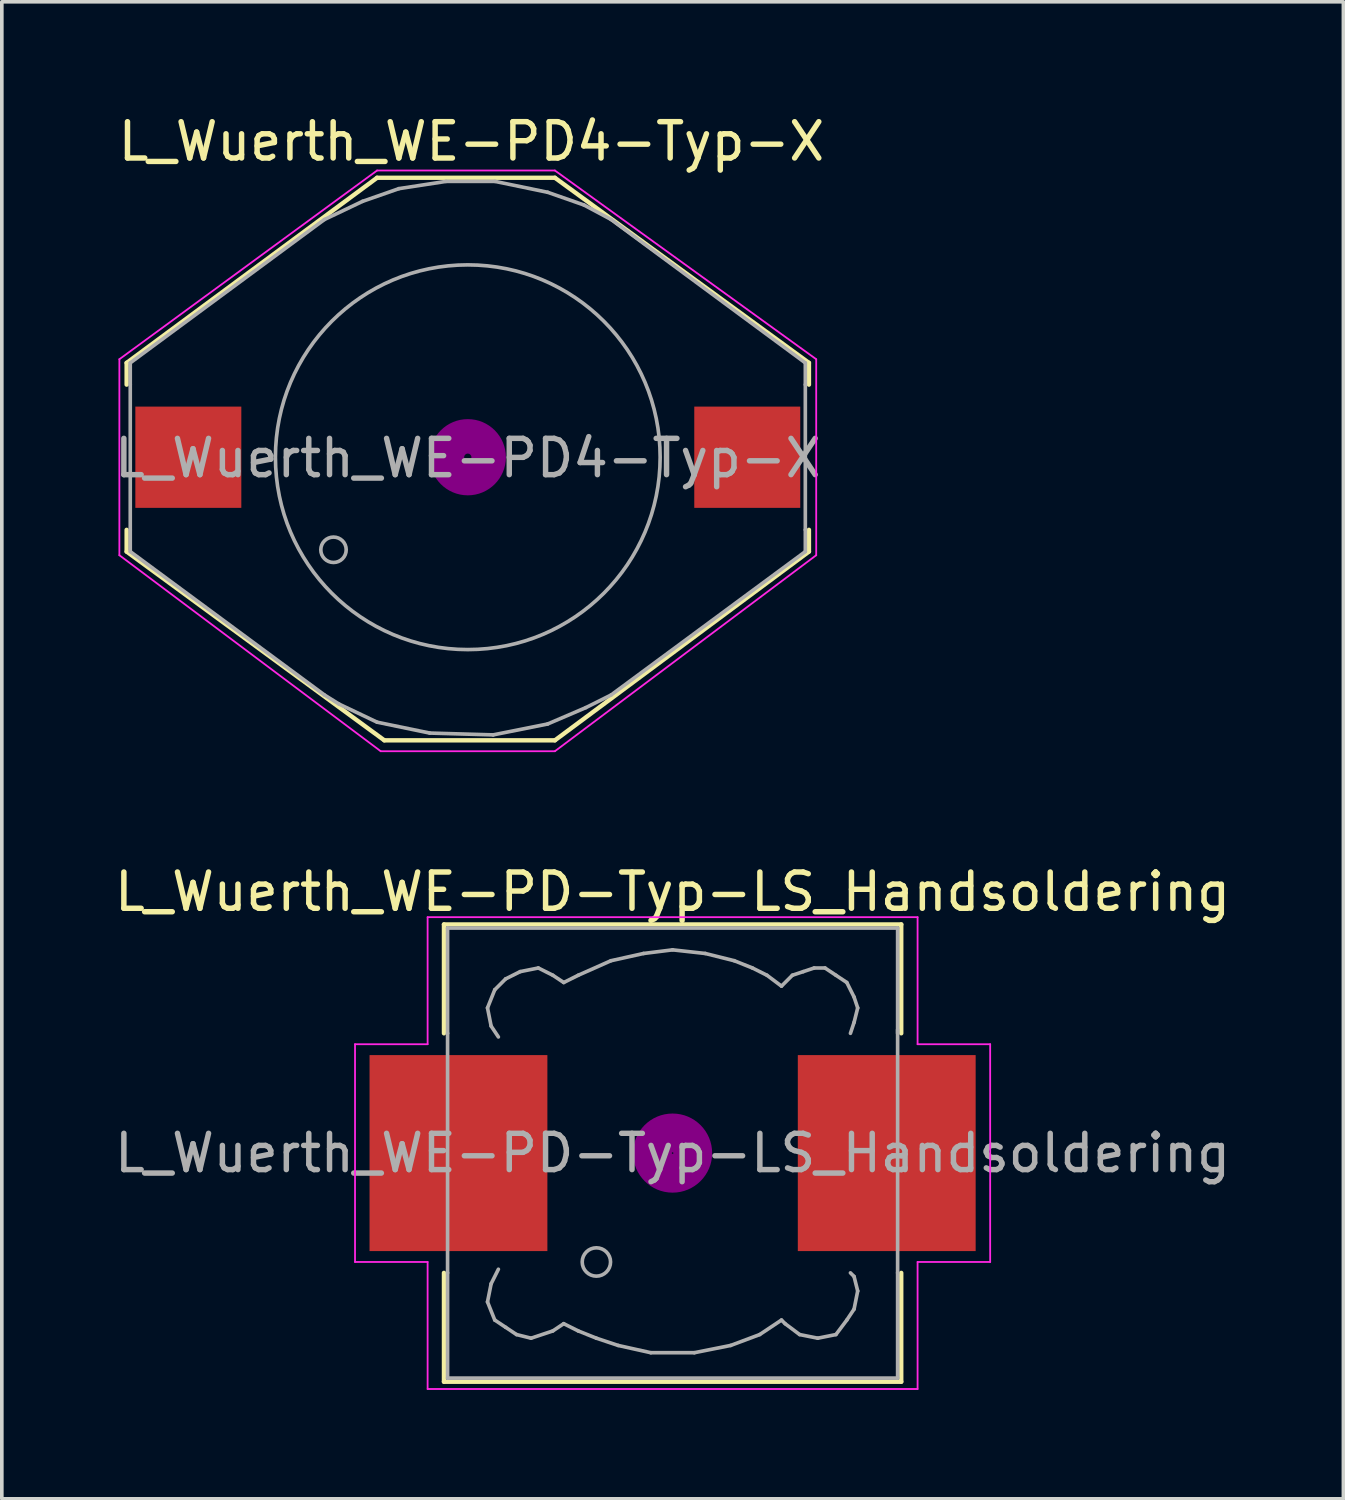
<source format=kicad_pcb>
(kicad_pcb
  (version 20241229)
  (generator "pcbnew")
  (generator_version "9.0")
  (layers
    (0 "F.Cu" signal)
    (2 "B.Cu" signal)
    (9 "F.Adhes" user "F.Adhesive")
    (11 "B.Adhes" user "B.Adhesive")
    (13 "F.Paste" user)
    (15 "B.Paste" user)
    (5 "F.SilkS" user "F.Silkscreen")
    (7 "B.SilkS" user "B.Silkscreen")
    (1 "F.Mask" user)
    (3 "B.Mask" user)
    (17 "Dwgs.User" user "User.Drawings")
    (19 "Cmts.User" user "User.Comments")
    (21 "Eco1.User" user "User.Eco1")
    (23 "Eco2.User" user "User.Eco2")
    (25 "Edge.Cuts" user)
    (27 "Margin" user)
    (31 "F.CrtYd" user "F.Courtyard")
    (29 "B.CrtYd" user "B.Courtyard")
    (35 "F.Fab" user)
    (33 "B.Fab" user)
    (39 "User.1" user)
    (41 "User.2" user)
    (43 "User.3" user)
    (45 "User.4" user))
  (footprint "L_Wuerth_WE-PD4-Typ-X"
    (layer "F.Cu")
    (at 9.839 9.548)
    (property "Reference" "L_Wuerth_WE-PD4-Typ-X" (at 0.1 -8.7 0) (layer "F.SilkS") (effects (font (size 1 1) (thickness 0.15))))
    (attr smd)
    (fp_line (start -9.4 -2.6) (end -2.5 -7.7) (stroke (width 0.12) (type solid)) (layer "F.SilkS"))
    (fp_line (start -9.4 -2) (end -9.4 -2.6) (stroke (width 0.12) (type solid)) (layer "F.SilkS"))
    (fp_line (start -9.4 2.6) (end -9.4 2) (stroke (width 0.12) (type solid)) (layer "F.SilkS"))
    (fp_line (start -9.4 2.6) (end -2.3 7.8) (stroke (width 0.12) (type solid)) (layer "F.SilkS"))
    (fp_line (start -2.5 -7.7) (end 2.4 -7.7) (stroke (width 0.12) (type solid)) (layer "F.SilkS"))
    (fp_line (start -2.3 7.8) (end 2.4 7.8) (stroke (width 0.12) (type solid)) (layer "F.SilkS"))
    (fp_line (start 2.4 -7.7) (end 9.4 -2.6) (stroke (width 0.12) (type solid)) (layer "F.SilkS"))
    (fp_line (start 2.4 7.8) (end 9.4 2.6) (stroke (width 0.12) (type solid)) (layer "F.SilkS"))
    (fp_line (start 9.4 -2) (end 9.4 -2.6) (stroke (width 0.12) (type solid)) (layer "F.SilkS"))
    (fp_line (start 9.4 2.6) (end 9.4 2) (stroke (width 0.12) (type solid)) (layer "F.SilkS"))
    (fp_circle (center 0 0) (end 0.1 0) (stroke (width 0.3) (type solid)) (fill no) (layer "F.Adhes"))
    (fp_circle (center 0 0) (end 0.3 0) (stroke (width 0.3) (type solid)) (fill no) (layer "F.Adhes"))
    (fp_circle (center 0 0) (end 0.5 0) (stroke (width 0.3) (type solid)) (fill no) (layer "F.Adhes"))
    (fp_circle (center 0 0) (end 0.7 0) (stroke (width 0.3) (type solid)) (fill no) (layer "F.Adhes"))
    (fp_circle (center 0 0) (end 0.9 0) (stroke (width 0.3) (type solid)) (fill no) (layer "F.Adhes"))
    (fp_line (start -9.6 -2.7) (end -2.5 -7.9) (stroke (width 0.05) (type solid)) (layer "F.CrtYd"))
    (fp_line (start -9.6 2.7) (end -9.6 -2.7) (stroke (width 0.05) (type solid)) (layer "F.CrtYd"))
    (fp_line (start -2.5 -7.9) (end 2.4 -7.9) (stroke (width 0.05) (type solid)) (layer "F.CrtYd"))
    (fp_line (start -2.4 8.1) (end -9.6 2.7) (stroke (width 0.05) (type solid)) (layer "F.CrtYd"))
    (fp_line (start 2.4 -7.9) (end 9.6 -2.7) (stroke (width 0.05) (type solid)) (layer "F.CrtYd"))
    (fp_line (start 2.4 8.1) (end -2.4 8.1) (stroke (width 0.05) (type solid)) (layer "F.CrtYd"))
    (fp_line (start 9.6 -2.7) (end 9.6 2.7) (stroke (width 0.05) (type solid)) (layer "F.CrtYd"))
    (fp_line (start 9.6 2.7) (end 2.4 8.1) (stroke (width 0.05) (type solid)) (layer "F.CrtYd"))
    (fp_line (start -9.3 -2.6) (end -9.3 -2) (stroke (width 0.1) (type solid)) (layer "F.Fab"))
    (fp_line (start -9.3 -2.6) (end -3.95 -6.55) (stroke (width 0.1) (type solid)) (layer "F.Fab"))
    (fp_line (start -9.3 2) (end -9.3 -2) (stroke (width 0.1) (type solid)) (layer "F.Fab"))
    (fp_line (start -9.3 2) (end -9.3 2.6) (stroke (width 0.1) (type solid)) (layer "F.Fab"))
    (fp_line (start -9.3 2.6) (end -3.95 6.55) (stroke (width 0.1) (type solid)) (layer "F.Fab"))
    (fp_line (start -3.95 -6.55) (end -2.9 -7.05) (stroke (width 0.1) (type solid)) (layer "F.Fab"))
    (fp_line (start -3.55 6.8) (end -3.95 6.55) (stroke (width 0.1) (type solid)) (layer "F.Fab"))
    (fp_line (start -2.9 -7.05) (end -1.9 -7.4) (stroke (width 0.1) (type solid)) (layer "F.Fab"))
    (fp_line (start -2.5 7.3) (end -3.55 6.8) (stroke (width 0.1) (type solid)) (layer "F.Fab"))
    (fp_line (start -1.9 -7.4) (end -0.6 -7.6) (stroke (width 0.1) (type solid)) (layer "F.Fab"))
    (fp_line (start -1.05 7.6) (end -2.5 7.3) (stroke (width 0.1) (type solid)) (layer "F.Fab"))
    (fp_line (start -0.6 -7.6) (end 0.75 -7.6) (stroke (width 0.1) (type solid)) (layer "F.Fab"))
    (fp_line (start 0.7 7.65) (end -1.05 7.6) (stroke (width 0.1) (type solid)) (layer "F.Fab"))
    (fp_line (start 0.75 -7.6) (end 2.2 -7.3) (stroke (width 0.1) (type solid)) (layer "F.Fab"))
    (fp_line (start 2.2 -7.3) (end 3.2 -6.95) (stroke (width 0.1) (type solid)) (layer "F.Fab"))
    (fp_line (start 2.2 7.35) (end 0.7 7.65) (stroke (width 0.1) (type solid)) (layer "F.Fab"))
    (fp_line (start 3.2 -6.95) (end 3.95 -6.55) (stroke (width 0.1) (type solid)) (layer "F.Fab"))
    (fp_line (start 3.25 6.9) (end 2.2 7.35) (stroke (width 0.1) (type solid)) (layer "F.Fab"))
    (fp_line (start 3.95 -6.55) (end 9.3 -2.6) (stroke (width 0.1) (type solid)) (layer "F.Fab"))
    (fp_line (start 3.95 6.55) (end 3.25 6.9) (stroke (width 0.1) (type solid)) (layer "F.Fab"))
    (fp_line (start 9.3 -2) (end 9.3 -2.6) (stroke (width 0.1) (type solid)) (layer "F.Fab"))
    (fp_line (start 9.3 -2) (end 9.3 2) (stroke (width 0.1) (type solid)) (layer "F.Fab"))
    (fp_line (start 9.3 2) (end 9.3 2.6) (stroke (width 0.1) (type solid)) (layer "F.Fab"))
    (fp_line (start 9.3 2.6) (end 3.95 6.55) (stroke (width 0.1) (type solid)) (layer "F.Fab"))
    (fp_circle (center -3.7 2.55) (end -3.7 2.2) (stroke (width 0.1) (type solid)) (fill no) (layer "F.Fab"))
    (fp_circle (center 0 0) (end 0 -5.3) (stroke (width 0.1) (type solid)) (fill no) (layer "F.Fab"))
    (fp_text user "${REFERENCE}" (at 0 0.025 0) (layer "F.Fab") (effects (font (size 1 1) (thickness 0.15))))
    (pad "1" smd rect (at -7.7 0 90) (size 2.79 2.92) (layers "F.Cu" "F.Mask" "F.Paste"))
    (pad "2" smd rect (at 7.7 0 90) (size 2.79 2.92) (layers "F.Cu" "F.Mask" "F.Paste")))
  (footprint "L_Wuerth_WE-PD-Typ-LS_Handsoldering"
    (layer "F.Cu")
    (at 15.482 28.721)
    (property "Reference" "L_Wuerth_WE-PD-Typ-LS_Handsoldering" (at 0 -7.2 0) (layer "F.SilkS") (effects (font (size 1 1) (thickness 0.15))))
    (attr smd)
    (fp_line (start -6.3 -6.3) (end 6.3 -6.3) (stroke (width 0.12) (type solid)) (layer "F.SilkS"))
    (fp_line (start -6.3 -3.3) (end -6.3 -6.3) (stroke (width 0.12) (type solid)) (layer "F.SilkS"))
    (fp_line (start -6.3 6.3) (end -6.3 3.3) (stroke (width 0.12) (type solid)) (layer "F.SilkS"))
    (fp_line (start 6.3 -6.3) (end 6.3 -3.3) (stroke (width 0.12) (type solid)) (layer "F.SilkS"))
    (fp_line (start 6.3 3.3) (end 6.3 6.3) (stroke (width 0.12) (type solid)) (layer "F.SilkS"))
    (fp_line (start 6.3 6.3) (end -6.3 6.3) (stroke (width 0.12) (type solid)) (layer "F.SilkS"))
    (fp_circle (center 0 0) (end 0.15 0.15) (stroke (width 0.38) (type solid)) (fill no) (layer "F.Adhes"))
    (fp_circle (center 0 0) (end 0.55 0) (stroke (width 0.38) (type solid)) (fill no) (layer "F.Adhes"))
    (fp_circle (center 0 0) (end 0.9 0) (stroke (width 0.38) (type solid)) (fill no) (layer "F.Adhes"))
    (fp_line (start -8.75 -3) (end -6.75 -3) (stroke (width 0.05) (type solid)) (layer "F.CrtYd"))
    (fp_line (start -8.75 3) (end -8.75 -3) (stroke (width 0.05) (type solid)) (layer "F.CrtYd"))
    (fp_line (start -6.75 -6.5) (end 6.75 -6.5) (stroke (width 0.05) (type solid)) (layer "F.CrtYd"))
    (fp_line (start -6.75 -3) (end -6.75 -6.5) (stroke (width 0.05) (type solid)) (layer "F.CrtYd"))
    (fp_line (start -6.75 3) (end -8.75 3) (stroke (width 0.05) (type solid)) (layer "F.CrtYd"))
    (fp_line (start -6.75 6.5) (end -6.75 3) (stroke (width 0.05) (type solid)) (layer "F.CrtYd"))
    (fp_line (start 6.75 -6.5) (end 6.75 -3) (stroke (width 0.05) (type solid)) (layer "F.CrtYd"))
    (fp_line (start 6.75 -3) (end 8.75 -3) (stroke (width 0.05) (type solid)) (layer "F.CrtYd"))
    (fp_line (start 6.75 3) (end 6.75 6.5) (stroke (width 0.05) (type solid)) (layer "F.CrtYd"))
    (fp_line (start 6.75 6.5) (end -6.75 6.5) (stroke (width 0.05) (type solid)) (layer "F.CrtYd"))
    (fp_line (start 8.75 -3) (end 8.75 3) (stroke (width 0.05) (type solid)) (layer "F.CrtYd"))
    (fp_line (start 8.75 3) (end 6.75 3) (stroke (width 0.05) (type solid)) (layer "F.CrtYd"))
    (fp_line (start -6.2 -6.2) (end -6.2 -3.3) (stroke (width 0.1) (type solid)) (layer "F.Fab"))
    (fp_line (start -6.2 -3.3) (end -6.2 3.3) (stroke (width 0.1) (type solid)) (layer "F.Fab"))
    (fp_line (start -6.2 3.3) (end -6.2 6.2) (stroke (width 0.1) (type solid)) (layer "F.Fab"))
    (fp_line (start -6.2 6.2) (end 6.2 6.2) (stroke (width 0.1) (type solid)) (layer "F.Fab"))
    (fp_line (start -5.1 -4) (end -5 -3.5) (stroke (width 0.1) (type solid)) (layer "F.Fab"))
    (fp_line (start -5.1 4.1) (end -5 3.6) (stroke (width 0.1) (type solid)) (layer "F.Fab"))
    (fp_line (start -5 -3.5) (end -4.8 -3.2) (stroke (width 0.1) (type solid)) (layer "F.Fab"))
    (fp_line (start -5 3.6) (end -4.8 3.2) (stroke (width 0.1) (type solid)) (layer "F.Fab"))
    (fp_line (start -4.9 -4.5) (end -5.1 -4) (stroke (width 0.1) (type solid)) (layer "F.Fab"))
    (fp_line (start -4.9 4.6) (end -5.1 4.1) (stroke (width 0.1) (type solid)) (layer "F.Fab"))
    (fp_line (start -4.6 -4.8) (end -4.9 -4.5) (stroke (width 0.1) (type solid)) (layer "F.Fab"))
    (fp_line (start -4.6 4.8) (end -4.9 4.6) (stroke (width 0.1) (type solid)) (layer "F.Fab"))
    (fp_line (start -4.3 5) (end -4.6 4.8) (stroke (width 0.1) (type solid)) (layer "F.Fab"))
    (fp_line (start -4.2 -5) (end -4.6 -4.8) (stroke (width 0.1) (type solid)) (layer "F.Fab"))
    (fp_line (start -3.9 5.1) (end -4.3 5) (stroke (width 0.1) (type solid)) (layer "F.Fab"))
    (fp_line (start -3.7 -5.1) (end -4.2 -5) (stroke (width 0.1) (type solid)) (layer "F.Fab"))
    (fp_line (start -3.3 -4.9) (end -3.7 -5.1) (stroke (width 0.1) (type solid)) (layer "F.Fab"))
    (fp_line (start -3.3 4.9) (end -3.9 5.1) (stroke (width 0.1) (type solid)) (layer "F.Fab"))
    (fp_line (start -3 -4.7) (end -3.3 -4.9) (stroke (width 0.1) (type solid)) (layer "F.Fab"))
    (fp_line (start -3 4.7) (end -3.3 4.9) (stroke (width 0.1) (type solid)) (layer "F.Fab"))
    (fp_line (start -2.6 -4.9) (end -3 -4.7) (stroke (width 0.1) (type solid)) (layer "F.Fab"))
    (fp_line (start -2.6 4.9) (end -3 4.7) (stroke (width 0.1) (type solid)) (layer "F.Fab"))
    (fp_line (start -2.1 5.1) (end -2.6 4.9) (stroke (width 0.1) (type solid)) (layer "F.Fab"))
    (fp_line (start -1.7 -5.3) (end -2.6 -4.9) (stroke (width 0.1) (type solid)) (layer "F.Fab"))
    (fp_line (start -1.5 5.3) (end -2.1 5.1) (stroke (width 0.1) (type solid)) (layer "F.Fab"))
    (fp_line (start -0.8 -5.5) (end -1.7 -5.3) (stroke (width 0.1) (type solid)) (layer "F.Fab"))
    (fp_line (start -0.6 5.5) (end -1.5 5.3) (stroke (width 0.1) (type solid)) (layer "F.Fab"))
    (fp_line (start 0 -5.6) (end -0.8 -5.5) (stroke (width 0.1) (type solid)) (layer "F.Fab"))
    (fp_line (start 0.6 5.5) (end -0.6 5.5) (stroke (width 0.1) (type solid)) (layer "F.Fab"))
    (fp_line (start 0.9 -5.5) (end 0 -5.6) (stroke (width 0.1) (type solid)) (layer "F.Fab"))
    (fp_line (start 1.6 5.3) (end 0.6 5.5) (stroke (width 0.1) (type solid)) (layer "F.Fab"))
    (fp_line (start 1.7 -5.3) (end 0.9 -5.5) (stroke (width 0.1) (type solid)) (layer "F.Fab"))
    (fp_line (start 2.2 -5.1) (end 1.7 -5.3) (stroke (width 0.1) (type solid)) (layer "F.Fab"))
    (fp_line (start 2.4 5) (end 1.6 5.3) (stroke (width 0.1) (type solid)) (layer "F.Fab"))
    (fp_line (start 2.6 -4.9) (end 2.2 -5.1) (stroke (width 0.1) (type solid)) (layer "F.Fab"))
    (fp_line (start 3 -4.6) (end 2.6 -4.9) (stroke (width 0.1) (type solid)) (layer "F.Fab"))
    (fp_line (start 3 4.6) (end 2.4 5) (stroke (width 0.1) (type solid)) (layer "F.Fab"))
    (fp_line (start 3.1 4.7) (end 3 4.6) (stroke (width 0.1) (type solid)) (layer "F.Fab"))
    (fp_line (start 3.3 -4.9) (end 3 -4.6) (stroke (width 0.1) (type solid)) (layer "F.Fab"))
    (fp_line (start 3.5 5) (end 3.1 4.7) (stroke (width 0.1) (type solid)) (layer "F.Fab"))
    (fp_line (start 3.6 -5) (end 3.3 -4.9) (stroke (width 0.1) (type solid)) (layer "F.Fab"))
    (fp_line (start 3.9 -5.1) (end 3.6 -5) (stroke (width 0.1) (type solid)) (layer "F.Fab"))
    (fp_line (start 4 5.1) (end 3.5 5) (stroke (width 0.1) (type solid)) (layer "F.Fab"))
    (fp_line (start 4.2 -5.1) (end 3.9 -5.1) (stroke (width 0.1) (type solid)) (layer "F.Fab"))
    (fp_line (start 4.5 -4.9) (end 4.2 -5.1) (stroke (width 0.1) (type solid)) (layer "F.Fab"))
    (fp_line (start 4.5 5) (end 4 5.1) (stroke (width 0.1) (type solid)) (layer "F.Fab"))
    (fp_line (start 4.8 -4.7) (end 4.5 -4.9) (stroke (width 0.1) (type solid)) (layer "F.Fab"))
    (fp_line (start 4.8 4.6) (end 4.5 5) (stroke (width 0.1) (type solid)) (layer "F.Fab"))
    (fp_line (start 4.9 -3.3) (end 5 -3.6) (stroke (width 0.1) (type solid)) (layer "F.Fab"))
    (fp_line (start 4.9 3.3) (end 5 3.4) (stroke (width 0.1) (type solid)) (layer "F.Fab"))
    (fp_line (start 5 -4.3) (end 4.8 -4.7) (stroke (width 0.1) (type solid)) (layer "F.Fab"))
    (fp_line (start 5 -3.6) (end 5.1 -4) (stroke (width 0.1) (type solid)) (layer "F.Fab"))
    (fp_line (start 5 3.4) (end 5.1 3.8) (stroke (width 0.1) (type solid)) (layer "F.Fab"))
    (fp_line (start 5 4.3) (end 4.8 4.6) (stroke (width 0.1) (type solid)) (layer "F.Fab"))
    (fp_line (start 5.1 -4) (end 5 -4.3) (stroke (width 0.1) (type solid)) (layer "F.Fab"))
    (fp_line (start 5.1 3.8) (end 5 4.3) (stroke (width 0.1) (type solid)) (layer "F.Fab"))
    (fp_line (start 6.2 -6.2) (end -6.2 -6.2) (stroke (width 0.1) (type solid)) (layer "F.Fab"))
    (fp_line (start 6.2 -6.2) (end 6.2 -3.3) (stroke (width 0.1) (type solid)) (layer "F.Fab"))
    (fp_line (start 6.2 3.3) (end 6.2 -3.4) (stroke (width 0.1) (type solid)) (layer "F.Fab"))
    (fp_line (start 6.2 6.2) (end 6.2 3.3) (stroke (width 0.1) (type solid)) (layer "F.Fab"))
    (fp_circle (center -2.1 3) (end -1.8 3.25) (stroke (width 0.1) (type solid)) (fill no) (layer "F.Fab"))
    (fp_text user "${REFERENCE}" (at 0 0 0) (layer "F.Fab") (effects (font (size 1 1) (thickness 0.15))))
    (pad "1" smd rect (at -5.9 0) (size 4.9 5.4) (layers "F.Cu" "F.Mask" "F.Paste"))
    (pad "2" smd rect (at 5.9 0) (size 4.9 5.4) (layers "F.Cu" "F.Mask" "F.Paste")))
  (gr_rect
    (start -3 -3)
    (end 33.964 38.246)
    (stroke (width 0.1) (type default))
    (fill no)
    (layer "Edge.Cuts")))
</source>
